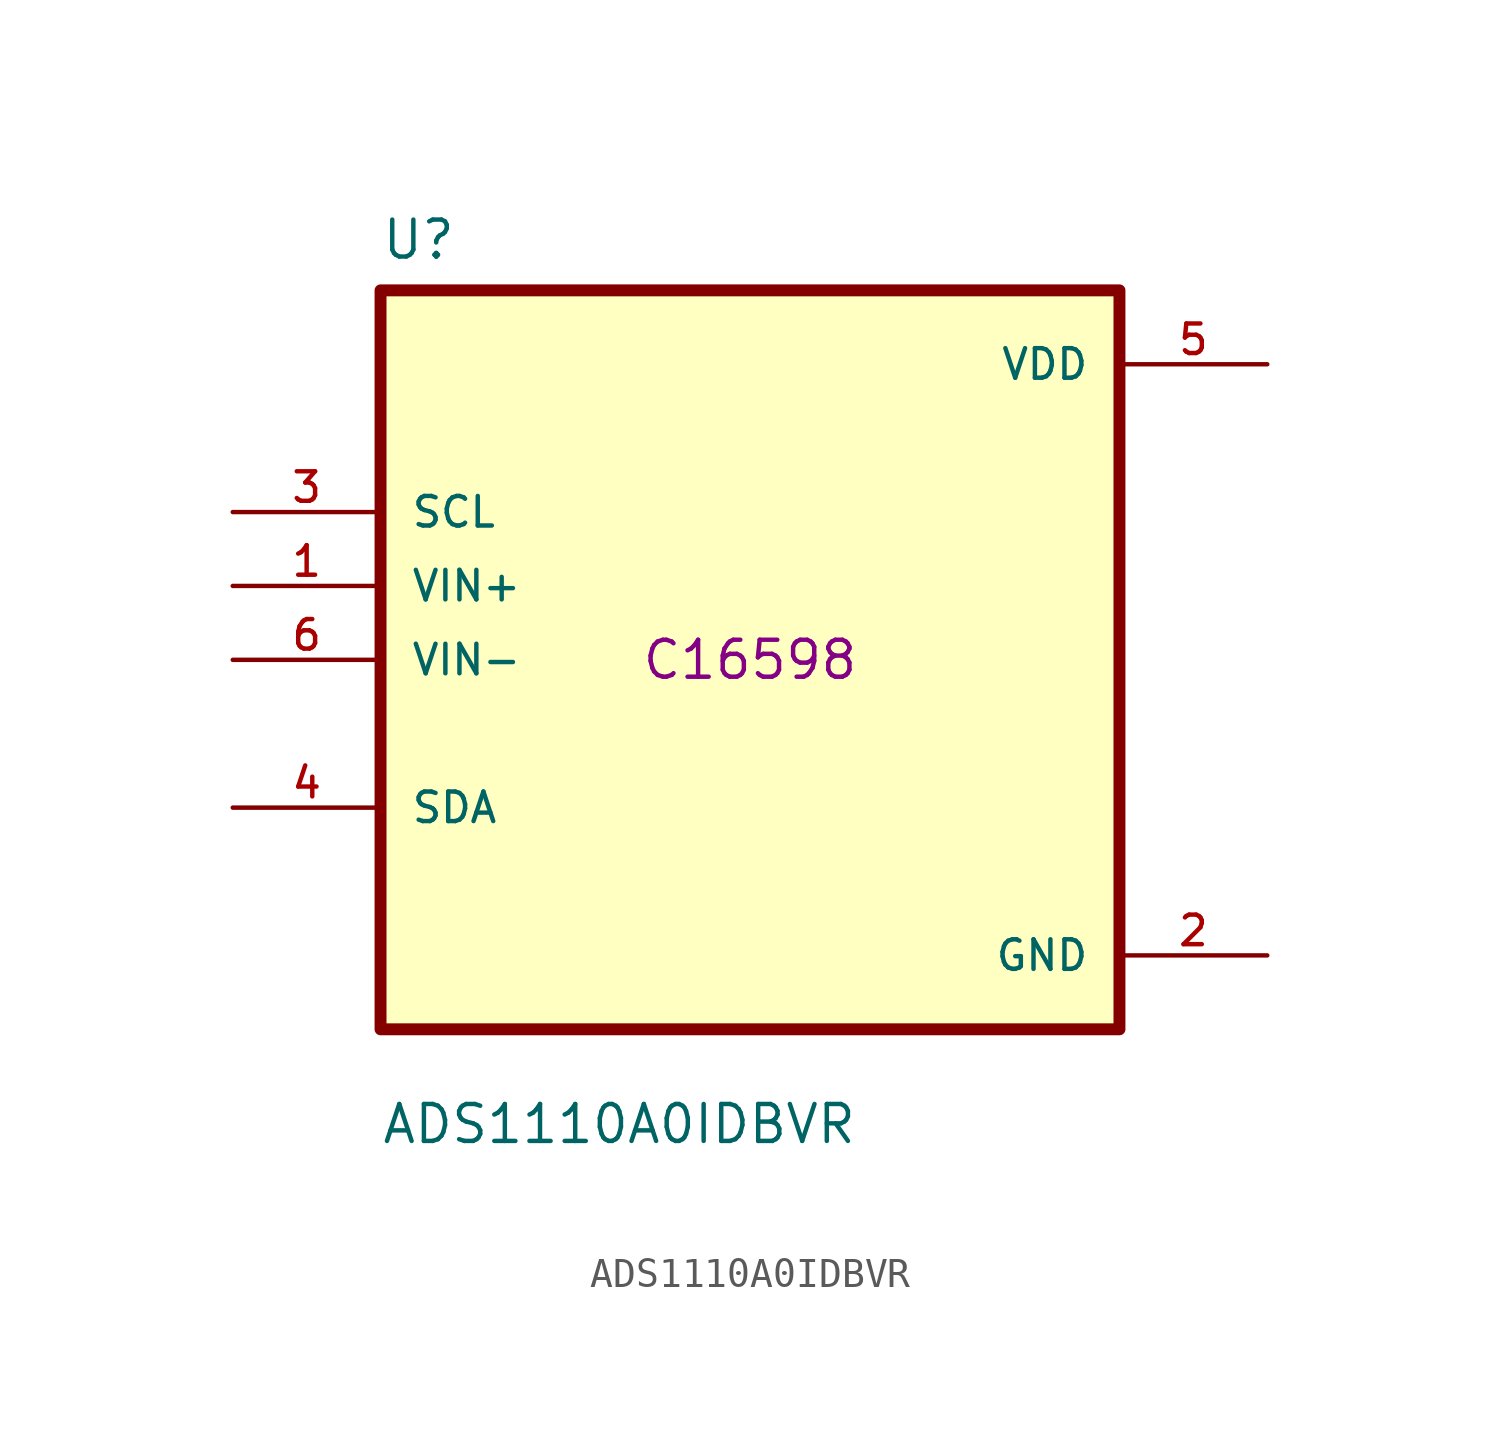
<source format=kicad_sym>
(kicad_symbol_lib
  (version 20231120)
  (generator "kicad_symbol_editor")
  (generator_version "8.0")
  (symbol "ADS1110A0IDBVR"
    (pin_names
      (offset 1.016))
    (property "Reference" "U"
      (at -12.7 13.7 0)
      (effects (font (size 1.27 1.27)) (justify left bottom)))
    (property "Value" "ADS1110A0IDBVR"
      (at -12.7 -16.7 0)
      (effects (font (size 1.27 1.27)) (justify left bottom)))
    (property "LCSC" "C16598"
      (at 0 0 0)
      (effects (font (size 1.27 1.27))))
    (symbol "ADS1110A0IDBVR_0_0"
      (rectangle (start -12.7 -12.7) (end 12.7 12.7) (stroke (width 0.41) (type default)) (fill (type background)))
      (pin input line (at -17.78 2.54 0) (length 5.08) (name "VIN+" (effects (font (size 1.016 1.016)))) (number "1" (effects (font (size 1.016 1.016)))))
      (pin power_in line (at 17.78 -10.16 180) (length 5.08) (name "GND" (effects (font (size 1.016 1.016)))) (number "2" (effects (font (size 1.016 1.016)))))
      (pin input line (at -17.78 5.08 0) (length 5.08) (name "SCL" (effects (font (size 1.016 1.016)))) (number "3" (effects (font (size 1.016 1.016)))))
      (pin bidirectional line (at -17.78 -5.08 0) (length 5.08) (name "SDA" (effects (font (size 1.016 1.016)))) (number "4" (effects (font (size 1.016 1.016)))))
      (pin power_in line (at 17.78 10.16 180) (length 5.08) (name "VDD" (effects (font (size 1.016 1.016)))) (number "5" (effects (font (size 1.016 1.016)))))
      (pin input line (at -17.78 0 0) (length 5.08) (name "VIN-" (effects (font (size 1.016 1.016)))) (number "6" (effects (font (size 1.016 1.016))))))))
</source>
